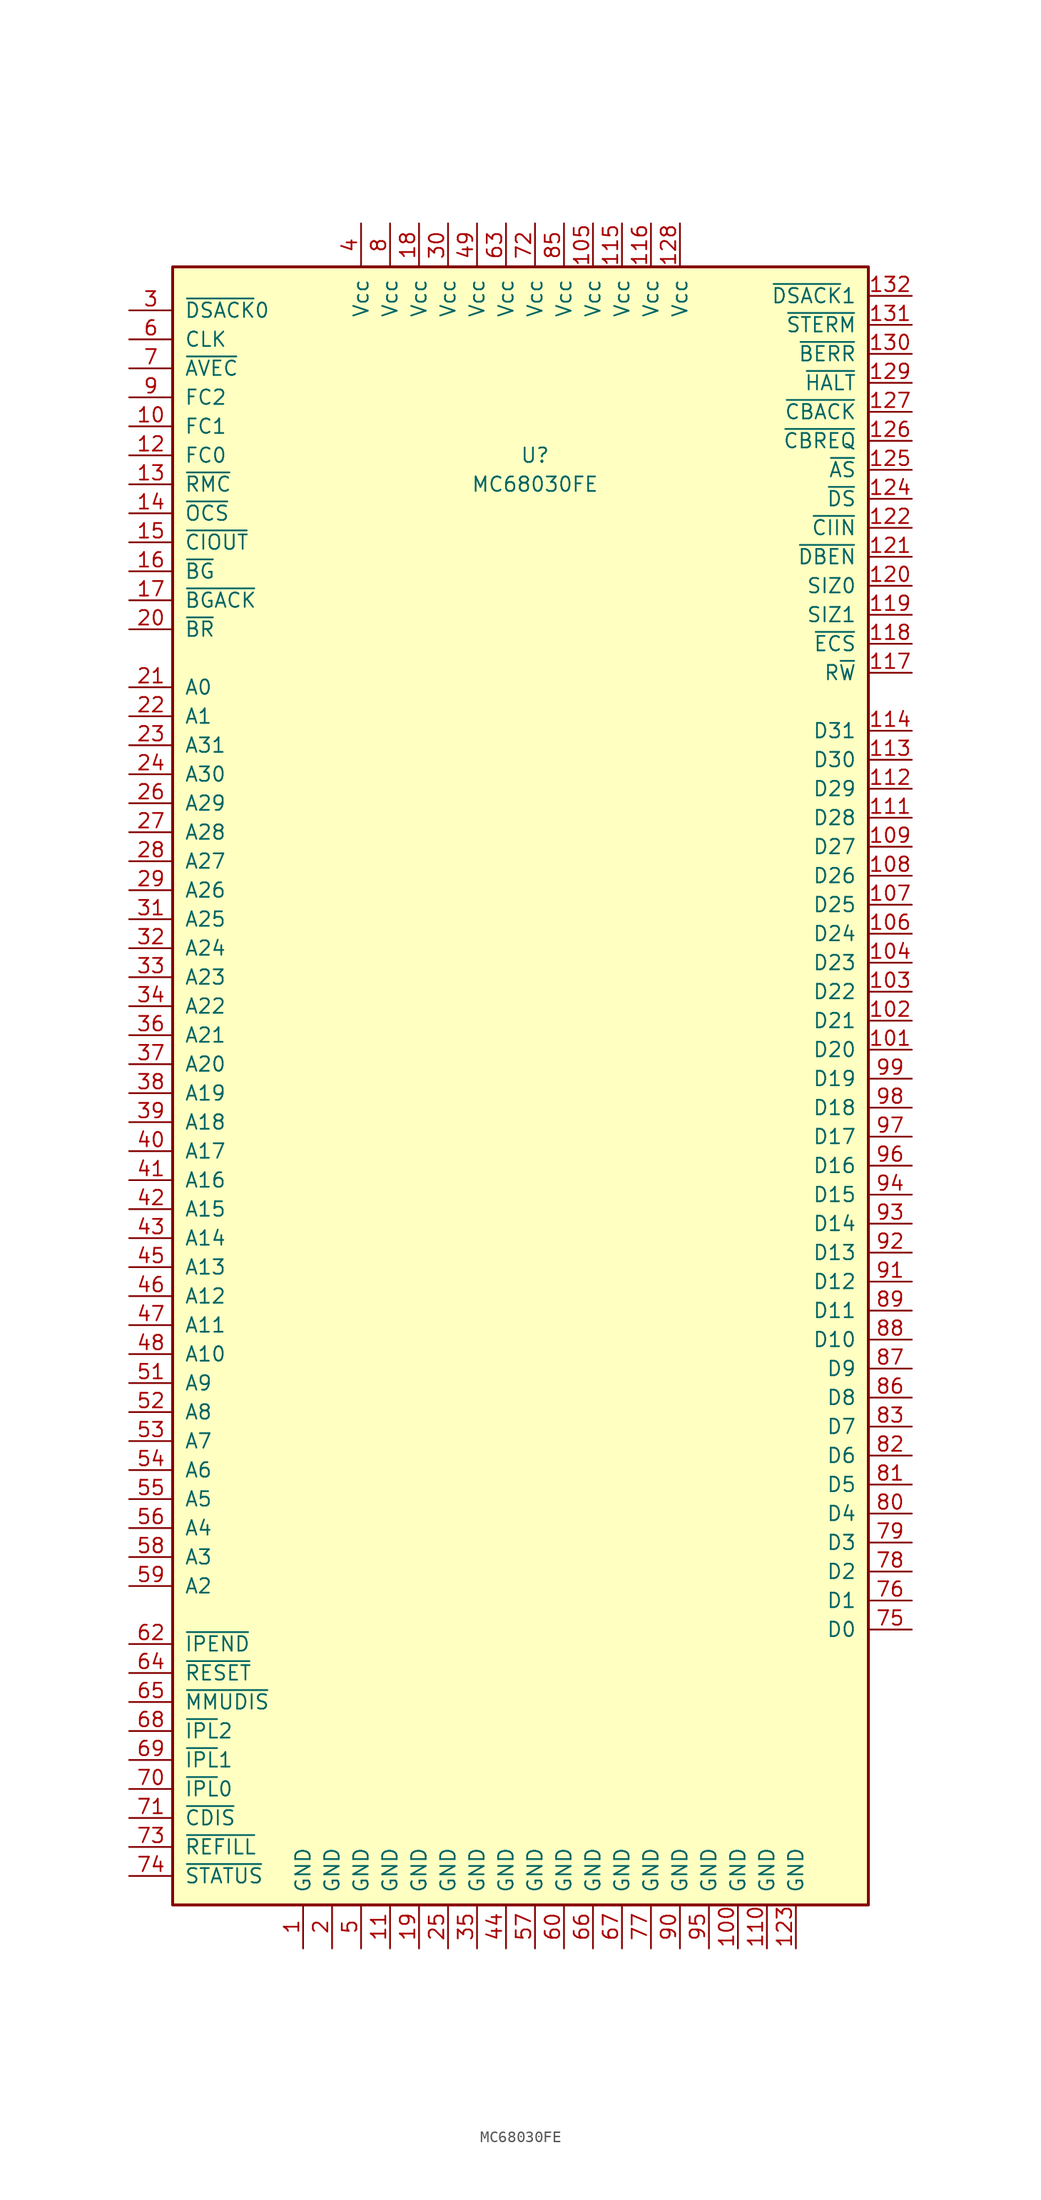
<source format=kicad_sym>
(kicad_symbol_lib
  (version 20211014)
  (generator kicad_symbol_editor)
  (symbol "MC68030FE"
    (pin_names
      (offset 1.016))
    (property "Reference" "U"
      (at 1.27 66.04 0)
      (effects (font (size 1.27 1.27))))
    (property "Value" "MC68030FE"
      (at 1.27 63.5 0)
      (effects (font (size 1.27 1.27))))
    (symbol "MC68030FE_0_1"
      (rectangle (start 30.48 -60.96) (end -30.48 82.55) (stroke (width 0.254) (type default) (color 0 0 0 0)) (fill (type background))))
    (symbol "MC68030FE_1_1"
      (pin power_in line (at -19.05 -64.77 90) (length 3.81) (name "GND" (effects (font (size 1.27 1.27)))) (number "1" (effects (font (size 1.27 1.27)))))
      (pin tri_state line (at -34.29 68.58 0) (length 3.81) (name "FC1" (effects (font (size 1.27 1.27)))) (number "10" (effects (font (size 1.27 1.27)))))
      (pin power_in line (at 19.05 -64.77 90) (length 3.81) (name "GND" (effects (font (size 1.27 1.27)))) (number "100" (effects (font (size 1.27 1.27)))))
      (pin bidirectional line (at 34.29 13.97 180) (length 3.81) (name "D20" (effects (font (size 1.27 1.27)))) (number "101" (effects (font (size 1.27 1.27)))))
      (pin bidirectional line (at 34.29 16.51 180) (length 3.81) (name "D21" (effects (font (size 1.27 1.27)))) (number "102" (effects (font (size 1.27 1.27)))))
      (pin bidirectional line (at 34.29 19.05 180) (length 3.81) (name "D22" (effects (font (size 1.27 1.27)))) (number "103" (effects (font (size 1.27 1.27)))))
      (pin bidirectional line (at 34.29 21.59 180) (length 3.81) (name "D23" (effects (font (size 1.27 1.27)))) (number "104" (effects (font (size 1.27 1.27)))))
      (pin power_in line (at 6.35 86.36 270) (length 3.81) (name "Vcc" (effects (font (size 1.27 1.27)))) (number "105" (effects (font (size 1.27 1.27)))))
      (pin bidirectional line (at 34.29 24.13 180) (length 3.81) (name "D24" (effects (font (size 1.27 1.27)))) (number "106" (effects (font (size 1.27 1.27)))))
      (pin bidirectional line (at 34.29 26.67 180) (length 3.81) (name "D25" (effects (font (size 1.27 1.27)))) (number "107" (effects (font (size 1.27 1.27)))))
      (pin bidirectional line (at 34.29 29.21 180) (length 3.81) (name "D26" (effects (font (size 1.27 1.27)))) (number "108" (effects (font (size 1.27 1.27)))))
      (pin bidirectional line (at 34.29 31.75 180) (length 3.81) (name "D27" (effects (font (size 1.27 1.27)))) (number "109" (effects (font (size 1.27 1.27)))))
      (pin power_in line (at -11.43 -64.77 90) (length 3.81) (name "GND" (effects (font (size 1.27 1.27)))) (number "11" (effects (font (size 1.27 1.27)))))
      (pin power_in line (at 21.59 -64.77 90) (length 3.81) (name "GND" (effects (font (size 1.27 1.27)))) (number "110" (effects (font (size 1.27 1.27)))))
      (pin bidirectional line (at 34.29 34.29 180) (length 3.81) (name "D28" (effects (font (size 1.27 1.27)))) (number "111" (effects (font (size 1.27 1.27)))))
      (pin bidirectional line (at 34.29 36.83 180) (length 3.81) (name "D29" (effects (font (size 1.27 1.27)))) (number "112" (effects (font (size 1.27 1.27)))))
      (pin bidirectional line (at 34.29 39.37 180) (length 3.81) (name "D30" (effects (font (size 1.27 1.27)))) (number "113" (effects (font (size 1.27 1.27)))))
      (pin bidirectional line (at 34.29 41.91 180) (length 3.81) (name "D31" (effects (font (size 1.27 1.27)))) (number "114" (effects (font (size 1.27 1.27)))))
      (pin power_in line (at 8.89 86.36 270) (length 3.81) (name "Vcc" (effects (font (size 1.27 1.27)))) (number "115" (effects (font (size 1.27 1.27)))))
      (pin power_in line (at 11.43 86.36 270) (length 3.81) (name "Vcc" (effects (font (size 1.27 1.27)))) (number "116" (effects (font (size 1.27 1.27)))))
      (pin tri_state line (at 34.29 46.99 180) (length 3.81) (name "R~{W}" (effects (font (size 1.27 1.27)))) (number "117" (effects (font (size 1.27 1.27)))))
      (pin tri_state line (at 34.29 49.53 180) (length 3.81) (name "~{ECS}" (effects (font (size 1.27 1.27)))) (number "118" (effects (font (size 1.27 1.27)))))
      (pin tri_state line (at 34.29 52.07 180) (length 3.81) (name "SIZ1" (effects (font (size 1.27 1.27)))) (number "119" (effects (font (size 1.27 1.27)))))
      (pin tri_state line (at -34.29 66.04 0) (length 3.81) (name "FC0" (effects (font (size 1.27 1.27)))) (number "12" (effects (font (size 1.27 1.27)))))
      (pin tri_state line (at 34.29 54.61 180) (length 3.81) (name "SIZ0" (effects (font (size 1.27 1.27)))) (number "120" (effects (font (size 1.27 1.27)))))
      (pin output line (at 34.29 57.15 180) (length 3.81) (name "~{DBEN}" (effects (font (size 1.27 1.27)))) (number "121" (effects (font (size 1.27 1.27)))))
      (pin input line (at 34.29 59.69 180) (length 3.81) (name "~{CIIN}" (effects (font (size 1.27 1.27)))) (number "122" (effects (font (size 1.27 1.27)))))
      (pin power_in line (at 24.13 -64.77 90) (length 3.81) (name "GND" (effects (font (size 1.27 1.27)))) (number "123" (effects (font (size 1.27 1.27)))))
      (pin tri_state line (at 34.29 62.23 180) (length 3.81) (name "~{DS}" (effects (font (size 1.27 1.27)))) (number "124" (effects (font (size 1.27 1.27)))))
      (pin tri_state line (at 34.29 64.77 180) (length 3.81) (name "~{AS}" (effects (font (size 1.27 1.27)))) (number "125" (effects (font (size 1.27 1.27)))))
      (pin tri_state line (at 34.29 67.31 180) (length 3.81) (name "~{CBREQ}" (effects (font (size 1.27 1.27)))) (number "126" (effects (font (size 1.27 1.27)))))
      (pin input line (at 34.29 69.85 180) (length 3.81) (name "~{CBACK}" (effects (font (size 1.27 1.27)))) (number "127" (effects (font (size 1.27 1.27)))))
      (pin power_in line (at 13.97 86.36 270) (length 3.81) (name "Vcc" (effects (font (size 1.27 1.27)))) (number "128" (effects (font (size 1.27 1.27)))))
      (pin input line (at 34.29 72.39 180) (length 3.81) (name "~{HALT}" (effects (font (size 1.27 1.27)))) (number "129" (effects (font (size 1.27 1.27)))))
      (pin tri_state line (at -34.29 63.5 0) (length 3.81) (name "~{RMC}" (effects (font (size 1.27 1.27)))) (number "13" (effects (font (size 1.27 1.27)))))
      (pin input line (at 34.29 74.93 180) (length 3.81) (name "~{BERR}" (effects (font (size 1.27 1.27)))) (number "130" (effects (font (size 1.27 1.27)))))
      (pin input line (at 34.29 77.47 180) (length 3.81) (name "~{STERM}" (effects (font (size 1.27 1.27)))) (number "131" (effects (font (size 1.27 1.27)))))
      (pin input line (at 34.29 80.01 180) (length 3.81) (name "~{DSACK}1" (effects (font (size 1.27 1.27)))) (number "132" (effects (font (size 1.27 1.27)))))
      (pin tri_state line (at -34.29 60.96 0) (length 3.81) (name "~{OCS}" (effects (font (size 1.27 1.27)))) (number "14" (effects (font (size 1.27 1.27)))))
      (pin tri_state line (at -34.29 58.42 0) (length 3.81) (name "~{CIOUT}" (effects (font (size 1.27 1.27)))) (number "15" (effects (font (size 1.27 1.27)))))
      (pin output line (at -34.29 55.88 0) (length 3.81) (name "~{BG}" (effects (font (size 1.27 1.27)))) (number "16" (effects (font (size 1.27 1.27)))))
      (pin input line (at -34.29 53.34 0) (length 3.81) (name "~{BGACK}" (effects (font (size 1.27 1.27)))) (number "17" (effects (font (size 1.27 1.27)))))
      (pin power_in line (at -8.89 86.36 270) (length 3.81) (name "Vcc" (effects (font (size 1.27 1.27)))) (number "18" (effects (font (size 1.27 1.27)))))
      (pin power_in line (at -8.89 -64.77 90) (length 3.81) (name "GND" (effects (font (size 1.27 1.27)))) (number "19" (effects (font (size 1.27 1.27)))))
      (pin power_in line (at -16.51 -64.77 90) (length 3.81) (name "GND" (effects (font (size 1.27 1.27)))) (number "2" (effects (font (size 1.27 1.27)))))
      (pin input line (at -34.29 50.8 0) (length 3.81) (name "~{BR}" (effects (font (size 1.27 1.27)))) (number "20" (effects (font (size 1.27 1.27)))))
      (pin tri_state line (at -34.29 45.72 0) (length 3.81) (name "A0" (effects (font (size 1.27 1.27)))) (number "21" (effects (font (size 1.27 1.27)))))
      (pin tri_state line (at -34.29 43.18 0) (length 3.81) (name "A1" (effects (font (size 1.27 1.27)))) (number "22" (effects (font (size 1.27 1.27)))))
      (pin tri_state line (at -34.29 40.64 0) (length 3.81) (name "A31" (effects (font (size 1.27 1.27)))) (number "23" (effects (font (size 1.27 1.27)))))
      (pin tri_state line (at -34.29 38.1 0) (length 3.81) (name "A30" (effects (font (size 1.27 1.27)))) (number "24" (effects (font (size 1.27 1.27)))))
      (pin power_in line (at -6.35 -64.77 90) (length 3.81) (name "GND" (effects (font (size 1.27 1.27)))) (number "25" (effects (font (size 1.27 1.27)))))
      (pin tri_state line (at -34.29 35.56 0) (length 3.81) (name "A29" (effects (font (size 1.27 1.27)))) (number "26" (effects (font (size 1.27 1.27)))))
      (pin tri_state line (at -34.29 33.02 0) (length 3.81) (name "A28" (effects (font (size 1.27 1.27)))) (number "27" (effects (font (size 1.27 1.27)))))
      (pin tri_state line (at -34.29 30.48 0) (length 3.81) (name "A27" (effects (font (size 1.27 1.27)))) (number "28" (effects (font (size 1.27 1.27)))))
      (pin tri_state line (at -34.29 27.94 0) (length 3.81) (name "A26" (effects (font (size 1.27 1.27)))) (number "29" (effects (font (size 1.27 1.27)))))
      (pin input line (at -34.29 78.74 0) (length 3.81) (name "~{DSACK}0" (effects (font (size 1.27 1.27)))) (number "3" (effects (font (size 1.27 1.27)))))
      (pin power_in line (at -6.35 86.36 270) (length 3.81) (name "Vcc" (effects (font (size 1.27 1.27)))) (number "30" (effects (font (size 1.27 1.27)))))
      (pin tri_state line (at -34.29 25.4 0) (length 3.81) (name "A25" (effects (font (size 1.27 1.27)))) (number "31" (effects (font (size 1.27 1.27)))))
      (pin tri_state line (at -34.29 22.86 0) (length 3.81) (name "A24" (effects (font (size 1.27 1.27)))) (number "32" (effects (font (size 1.27 1.27)))))
      (pin tri_state line (at -34.29 20.32 0) (length 3.81) (name "A23" (effects (font (size 1.27 1.27)))) (number "33" (effects (font (size 1.27 1.27)))))
      (pin tri_state line (at -34.29 17.78 0) (length 3.81) (name "A22" (effects (font (size 1.27 1.27)))) (number "34" (effects (font (size 1.27 1.27)))))
      (pin power_in line (at -3.81 -64.77 90) (length 3.81) (name "GND" (effects (font (size 1.27 1.27)))) (number "35" (effects (font (size 1.27 1.27)))))
      (pin tri_state line (at -34.29 15.24 0) (length 3.81) (name "A21" (effects (font (size 1.27 1.27)))) (number "36" (effects (font (size 1.27 1.27)))))
      (pin tri_state line (at -34.29 12.7 0) (length 3.81) (name "A20" (effects (font (size 1.27 1.27)))) (number "37" (effects (font (size 1.27 1.27)))))
      (pin tri_state line (at -34.29 10.16 0) (length 3.81) (name "A19" (effects (font (size 1.27 1.27)))) (number "38" (effects (font (size 1.27 1.27)))))
      (pin tri_state line (at -34.29 7.62 0) (length 3.81) (name "A18" (effects (font (size 1.27 1.27)))) (number "39" (effects (font (size 1.27 1.27)))))
      (pin power_in line (at -13.97 86.36 270) (length 3.81) (name "Vcc" (effects (font (size 1.27 1.27)))) (number "4" (effects (font (size 1.27 1.27)))))
      (pin tri_state line (at -34.29 5.08 0) (length 3.81) (name "A17" (effects (font (size 1.27 1.27)))) (number "40" (effects (font (size 1.27 1.27)))))
      (pin tri_state line (at -34.29 2.54 0) (length 3.81) (name "A16" (effects (font (size 1.27 1.27)))) (number "41" (effects (font (size 1.27 1.27)))))
      (pin tri_state line (at -34.29 0 0) (length 3.81) (name "A15" (effects (font (size 1.27 1.27)))) (number "42" (effects (font (size 1.27 1.27)))))
      (pin tri_state line (at -34.29 -2.54 0) (length 3.81) (name "A14" (effects (font (size 1.27 1.27)))) (number "43" (effects (font (size 1.27 1.27)))))
      (pin power_in line (at -1.27 -64.77 90) (length 3.81) (name "GND" (effects (font (size 1.27 1.27)))) (number "44" (effects (font (size 1.27 1.27)))))
      (pin tri_state line (at -34.29 -5.08 0) (length 3.81) (name "A13" (effects (font (size 1.27 1.27)))) (number "45" (effects (font (size 1.27 1.27)))))
      (pin tri_state line (at -34.29 -7.62 0) (length 3.81) (name "A12" (effects (font (size 1.27 1.27)))) (number "46" (effects (font (size 1.27 1.27)))))
      (pin tri_state line (at -34.29 -10.16 0) (length 3.81) (name "A11" (effects (font (size 1.27 1.27)))) (number "47" (effects (font (size 1.27 1.27)))))
      (pin tri_state line (at -34.29 -12.7 0) (length 3.81) (name "A10" (effects (font (size 1.27 1.27)))) (number "48" (effects (font (size 1.27 1.27)))))
      (pin power_in line (at -3.81 86.36 270) (length 3.81) (name "Vcc" (effects (font (size 1.27 1.27)))) (number "49" (effects (font (size 1.27 1.27)))))
      (pin power_in line (at -13.97 -64.77 90) (length 3.81) (name "GND" (effects (font (size 1.27 1.27)))) (number "5" (effects (font (size 1.27 1.27)))))
      (pin tri_state line (at -34.29 -15.24 0) (length 3.81) (name "A9" (effects (font (size 1.27 1.27)))) (number "51" (effects (font (size 1.27 1.27)))))
      (pin tri_state line (at -34.29 -17.78 0) (length 3.81) (name "A8" (effects (font (size 1.27 1.27)))) (number "52" (effects (font (size 1.27 1.27)))))
      (pin tri_state line (at -34.29 -20.32 0) (length 3.81) (name "A7" (effects (font (size 1.27 1.27)))) (number "53" (effects (font (size 1.27 1.27)))))
      (pin tri_state line (at -34.29 -22.86 0) (length 3.81) (name "A6" (effects (font (size 1.27 1.27)))) (number "54" (effects (font (size 1.27 1.27)))))
      (pin tri_state line (at -34.29 -25.4 0) (length 3.81) (name "A5" (effects (font (size 1.27 1.27)))) (number "55" (effects (font (size 1.27 1.27)))))
      (pin tri_state line (at -34.29 -27.94 0) (length 3.81) (name "A4" (effects (font (size 1.27 1.27)))) (number "56" (effects (font (size 1.27 1.27)))))
      (pin power_in line (at 1.27 -64.77 90) (length 3.81) (name "GND" (effects (font (size 1.27 1.27)))) (number "57" (effects (font (size 1.27 1.27)))))
      (pin tri_state line (at -34.29 -30.48 0) (length 3.81) (name "A3" (effects (font (size 1.27 1.27)))) (number "58" (effects (font (size 1.27 1.27)))))
      (pin tri_state line (at -34.29 -33.02 0) (length 3.81) (name "A2" (effects (font (size 1.27 1.27)))) (number "59" (effects (font (size 1.27 1.27)))))
      (pin input line (at -34.29 76.2 0) (length 3.81) (name "CLK" (effects (font (size 1.27 1.27)))) (number "6" (effects (font (size 1.27 1.27)))))
      (pin power_in line (at 3.81 -64.77 90) (length 3.81) (name "GND" (effects (font (size 1.27 1.27)))) (number "60" (effects (font (size 1.27 1.27)))))
      (pin output line (at -34.29 -38.1 0) (length 3.81) (name "~{IPEND}" (effects (font (size 1.27 1.27)))) (number "62" (effects (font (size 1.27 1.27)))))
      (pin power_in line (at -1.27 86.36 270) (length 3.81) (name "Vcc" (effects (font (size 1.27 1.27)))) (number "63" (effects (font (size 1.27 1.27)))))
      (pin open_collector line (at -34.29 -40.64 0) (length 3.81) (name "~{RESET}" (effects (font (size 1.27 1.27)))) (number "64" (effects (font (size 1.27 1.27)))))
      (pin input line (at -34.29 -43.18 0) (length 3.81) (name "~{MMUDIS}" (effects (font (size 1.27 1.27)))) (number "65" (effects (font (size 1.27 1.27)))))
      (pin power_in line (at 6.35 -64.77 90) (length 3.81) (name "GND" (effects (font (size 1.27 1.27)))) (number "66" (effects (font (size 1.27 1.27)))))
      (pin power_in line (at 8.89 -64.77 90) (length 3.81) (name "GND" (effects (font (size 1.27 1.27)))) (number "67" (effects (font (size 1.27 1.27)))))
      (pin input line (at -34.29 -45.72 0) (length 3.81) (name "~{IPL}2" (effects (font (size 1.27 1.27)))) (number "68" (effects (font (size 1.27 1.27)))))
      (pin input line (at -34.29 -48.26 0) (length 3.81) (name "~{IPL}1" (effects (font (size 1.27 1.27)))) (number "69" (effects (font (size 1.27 1.27)))))
      (pin input line (at -34.29 73.66 0) (length 3.81) (name "~{AVEC}" (effects (font (size 1.27 1.27)))) (number "7" (effects (font (size 1.27 1.27)))))
      (pin input line (at -34.29 -50.8 0) (length 3.81) (name "~{IPL}0" (effects (font (size 1.27 1.27)))) (number "70" (effects (font (size 1.27 1.27)))))
      (pin input line (at -34.29 -53.34 0) (length 3.81) (name "~{CDIS}" (effects (font (size 1.27 1.27)))) (number "71" (effects (font (size 1.27 1.27)))))
      (pin power_in line (at 1.27 86.36 270) (length 3.81) (name "Vcc" (effects (font (size 1.27 1.27)))) (number "72" (effects (font (size 1.27 1.27)))))
      (pin output line (at -34.29 -55.88 0) (length 3.81) (name "~{REFILL}" (effects (font (size 1.27 1.27)))) (number "73" (effects (font (size 1.27 1.27)))))
      (pin output line (at -34.29 -58.42 0) (length 3.81) (name "~{STATUS}" (effects (font (size 1.27 1.27)))) (number "74" (effects (font (size 1.27 1.27)))))
      (pin bidirectional line (at 34.29 -36.83 180) (length 3.81) (name "D0" (effects (font (size 1.27 1.27)))) (number "75" (effects (font (size 1.27 1.27)))))
      (pin bidirectional line (at 34.29 -34.29 180) (length 3.81) (name "D1" (effects (font (size 1.27 1.27)))) (number "76" (effects (font (size 1.27 1.27)))))
      (pin power_in line (at 11.43 -64.77 90) (length 3.81) (name "GND" (effects (font (size 1.27 1.27)))) (number "77" (effects (font (size 1.27 1.27)))))
      (pin bidirectional line (at 34.29 -31.75 180) (length 3.81) (name "D2" (effects (font (size 1.27 1.27)))) (number "78" (effects (font (size 1.27 1.27)))))
      (pin bidirectional line (at 34.29 -29.21 180) (length 3.81) (name "D3" (effects (font (size 1.27 1.27)))) (number "79" (effects (font (size 1.27 1.27)))))
      (pin power_in line (at -11.43 86.36 270) (length 3.81) (name "Vcc" (effects (font (size 1.27 1.27)))) (number "8" (effects (font (size 1.27 1.27)))))
      (pin bidirectional line (at 34.29 -26.67 180) (length 3.81) (name "D4" (effects (font (size 1.27 1.27)))) (number "80" (effects (font (size 1.27 1.27)))))
      (pin bidirectional line (at 34.29 -24.13 180) (length 3.81) (name "D5" (effects (font (size 1.27 1.27)))) (number "81" (effects (font (size 1.27 1.27)))))
      (pin bidirectional line (at 34.29 -21.59 180) (length 3.81) (name "D6" (effects (font (size 1.27 1.27)))) (number "82" (effects (font (size 1.27 1.27)))))
      (pin bidirectional line (at 34.29 -19.05 180) (length 3.81) (name "D7" (effects (font (size 1.27 1.27)))) (number "83" (effects (font (size 1.27 1.27)))))
      (pin power_in line (at 3.81 86.36 270) (length 3.81) (name "Vcc" (effects (font (size 1.27 1.27)))) (number "85" (effects (font (size 1.27 1.27)))))
      (pin bidirectional line (at 34.29 -16.51 180) (length 3.81) (name "D8" (effects (font (size 1.27 1.27)))) (number "86" (effects (font (size 1.27 1.27)))))
      (pin bidirectional line (at 34.29 -13.97 180) (length 3.81) (name "D9" (effects (font (size 1.27 1.27)))) (number "87" (effects (font (size 1.27 1.27)))))
      (pin bidirectional line (at 34.29 -11.43 180) (length 3.81) (name "D10" (effects (font (size 1.27 1.27)))) (number "88" (effects (font (size 1.27 1.27)))))
      (pin bidirectional line (at 34.29 -8.89 180) (length 3.81) (name "D11" (effects (font (size 1.27 1.27)))) (number "89" (effects (font (size 1.27 1.27)))))
      (pin tri_state line (at -34.29 71.12 0) (length 3.81) (name "FC2" (effects (font (size 1.27 1.27)))) (number "9" (effects (font (size 1.27 1.27)))))
      (pin power_in line (at 13.97 -64.77 90) (length 3.81) (name "GND" (effects (font (size 1.27 1.27)))) (number "90" (effects (font (size 1.27 1.27)))))
      (pin bidirectional line (at 34.29 -6.35 180) (length 3.81) (name "D12" (effects (font (size 1.27 1.27)))) (number "91" (effects (font (size 1.27 1.27)))))
      (pin bidirectional line (at 34.29 -3.81 180) (length 3.81) (name "D13" (effects (font (size 1.27 1.27)))) (number "92" (effects (font (size 1.27 1.27)))))
      (pin bidirectional line (at 34.29 -1.27 180) (length 3.81) (name "D14" (effects (font (size 1.27 1.27)))) (number "93" (effects (font (size 1.27 1.27)))))
      (pin bidirectional line (at 34.29 1.27 180) (length 3.81) (name "D15" (effects (font (size 1.27 1.27)))) (number "94" (effects (font (size 1.27 1.27)))))
      (pin power_in line (at 16.51 -64.77 90) (length 3.81) (name "GND" (effects (font (size 1.27 1.27)))) (number "95" (effects (font (size 1.27 1.27)))))
      (pin bidirectional line (at 34.29 3.81 180) (length 3.81) (name "D16" (effects (font (size 1.27 1.27)))) (number "96" (effects (font (size 1.27 1.27)))))
      (pin bidirectional line (at 34.29 6.35 180) (length 3.81) (name "D17" (effects (font (size 1.27 1.27)))) (number "97" (effects (font (size 1.27 1.27)))))
      (pin bidirectional line (at 34.29 8.89 180) (length 3.81) (name "D18" (effects (font (size 1.27 1.27)))) (number "98" (effects (font (size 1.27 1.27)))))
      (pin bidirectional line (at 34.29 11.43 180) (length 3.81) (name "D19" (effects (font (size 1.27 1.27)))) (number "99" (effects (font (size 1.27 1.27))))))))
</source>
